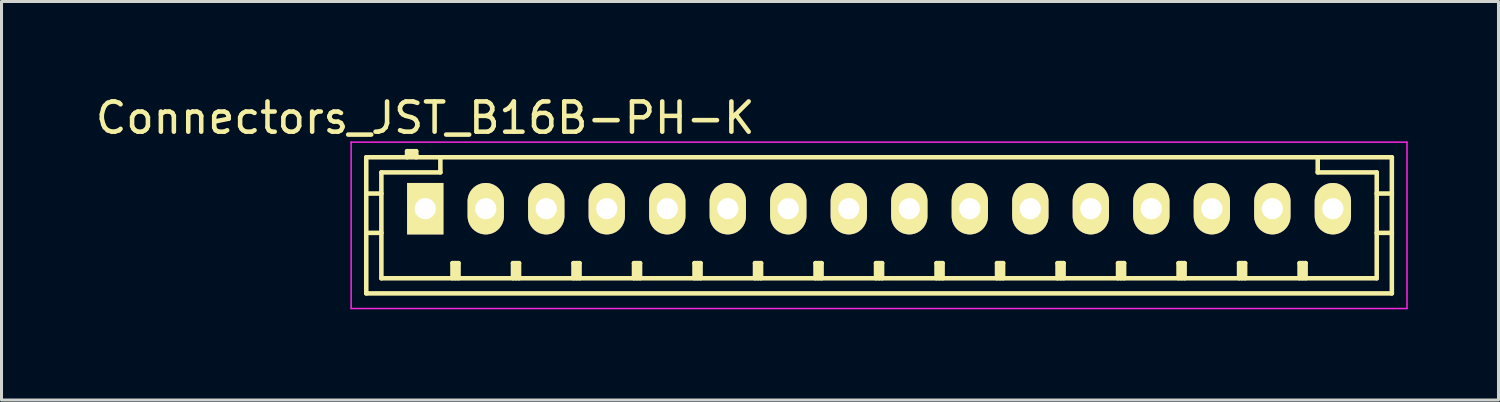
<source format=kicad_pcb>
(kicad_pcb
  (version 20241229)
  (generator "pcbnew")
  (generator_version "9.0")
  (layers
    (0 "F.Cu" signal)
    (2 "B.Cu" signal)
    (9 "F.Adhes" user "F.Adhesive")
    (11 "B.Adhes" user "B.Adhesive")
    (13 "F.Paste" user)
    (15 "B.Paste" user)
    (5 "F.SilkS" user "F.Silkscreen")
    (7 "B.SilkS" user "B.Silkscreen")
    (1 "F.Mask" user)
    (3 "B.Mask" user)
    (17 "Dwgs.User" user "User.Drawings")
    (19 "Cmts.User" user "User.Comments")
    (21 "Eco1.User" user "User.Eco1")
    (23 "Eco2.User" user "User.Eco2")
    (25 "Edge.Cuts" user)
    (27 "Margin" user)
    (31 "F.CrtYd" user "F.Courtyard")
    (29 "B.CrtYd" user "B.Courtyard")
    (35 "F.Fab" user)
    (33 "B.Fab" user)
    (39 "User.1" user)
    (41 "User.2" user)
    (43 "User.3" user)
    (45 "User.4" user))
  (footprint "Connectors_JST_B16B-PH-K"
    (layer "F.Cu")
    (at 11.006 3.848)
    (property "Reference" "Connectors_JST_B16B-PH-K" (at 0 -3 0) (layer "F.SilkS") (effects (font (size 1 1) (thickness 0.15))))
    (attr through_hole)
    (fp_line (start -1.95 -1.7) (end 31.95 -1.7) (stroke (width 0.15) (type solid)) (layer "F.SilkS"))
    (fp_line (start -1.95 -0.5) (end -1.45 -0.5) (stroke (width 0.15) (type solid)) (layer "F.SilkS"))
    (fp_line (start -1.95 0.8) (end -1.45 0.8) (stroke (width 0.15) (type solid)) (layer "F.SilkS"))
    (fp_line (start -1.95 2.8) (end -1.95 -1.7) (stroke (width 0.15) (type solid)) (layer "F.SilkS"))
    (fp_line (start -1.45 -1.2) (end -1.45 2.3) (stroke (width 0.15) (type solid)) (layer "F.SilkS"))
    (fp_line (start -1.45 2.3) (end 31.45 2.3) (stroke (width 0.15) (type solid)) (layer "F.SilkS"))
    (fp_line (start -0.6 -1.9) (end -0.6 -1.7) (stroke (width 0.15) (type solid)) (layer "F.SilkS"))
    (fp_line (start -0.3 -1.9) (end -0.6 -1.9) (stroke (width 0.15) (type solid)) (layer "F.SilkS"))
    (fp_line (start -0.3 -1.8) (end -0.6 -1.8) (stroke (width 0.15) (type solid)) (layer "F.SilkS"))
    (fp_line (start -0.3 -1.7) (end -0.3 -1.9) (stroke (width 0.15) (type solid)) (layer "F.SilkS"))
    (fp_line (start 0.5 -1.7) (end 0.5 -1.2) (stroke (width 0.15) (type solid)) (layer "F.SilkS"))
    (fp_line (start 0.5 -1.2) (end -1.45 -1.2) (stroke (width 0.15) (type solid)) (layer "F.SilkS"))
    (fp_line (start 0.9 1.8) (end 1.1 1.8) (stroke (width 0.15) (type solid)) (layer "F.SilkS"))
    (fp_line (start 0.9 2.3) (end 0.9 1.8) (stroke (width 0.15) (type solid)) (layer "F.SilkS"))
    (fp_line (start 1 2.3) (end 1 1.8) (stroke (width 0.15) (type solid)) (layer "F.SilkS"))
    (fp_line (start 1.1 1.8) (end 1.1 2.3) (stroke (width 0.15) (type solid)) (layer "F.SilkS"))
    (fp_line (start 2.9 1.8) (end 3.1 1.8) (stroke (width 0.15) (type solid)) (layer "F.SilkS"))
    (fp_line (start 2.9 2.3) (end 2.9 1.8) (stroke (width 0.15) (type solid)) (layer "F.SilkS"))
    (fp_line (start 3 2.3) (end 3 1.8) (stroke (width 0.15) (type solid)) (layer "F.SilkS"))
    (fp_line (start 3.1 1.8) (end 3.1 2.3) (stroke (width 0.15) (type solid)) (layer "F.SilkS"))
    (fp_line (start 4.9 1.8) (end 5.1 1.8) (stroke (width 0.15) (type solid)) (layer "F.SilkS"))
    (fp_line (start 4.9 2.3) (end 4.9 1.8) (stroke (width 0.15) (type solid)) (layer "F.SilkS"))
    (fp_line (start 5 2.3) (end 5 1.8) (stroke (width 0.15) (type solid)) (layer "F.SilkS"))
    (fp_line (start 5.1 1.8) (end 5.1 2.3) (stroke (width 0.15) (type solid)) (layer "F.SilkS"))
    (fp_line (start 6.9 1.8) (end 7.1 1.8) (stroke (width 0.15) (type solid)) (layer "F.SilkS"))
    (fp_line (start 6.9 2.3) (end 6.9 1.8) (stroke (width 0.15) (type solid)) (layer "F.SilkS"))
    (fp_line (start 7 2.3) (end 7 1.8) (stroke (width 0.15) (type solid)) (layer "F.SilkS"))
    (fp_line (start 7.1 1.8) (end 7.1 2.3) (stroke (width 0.15) (type solid)) (layer "F.SilkS"))
    (fp_line (start 8.9 1.8) (end 9.1 1.8) (stroke (width 0.15) (type solid)) (layer "F.SilkS"))
    (fp_line (start 8.9 2.3) (end 8.9 1.8) (stroke (width 0.15) (type solid)) (layer "F.SilkS"))
    (fp_line (start 9 2.3) (end 9 1.8) (stroke (width 0.15) (type solid)) (layer "F.SilkS"))
    (fp_line (start 9.1 1.8) (end 9.1 2.3) (stroke (width 0.15) (type solid)) (layer "F.SilkS"))
    (fp_line (start 10.9 1.8) (end 11.1 1.8) (stroke (width 0.15) (type solid)) (layer "F.SilkS"))
    (fp_line (start 10.9 2.3) (end 10.9 1.8) (stroke (width 0.15) (type solid)) (layer "F.SilkS"))
    (fp_line (start 11 2.3) (end 11 1.8) (stroke (width 0.15) (type solid)) (layer "F.SilkS"))
    (fp_line (start 11.1 1.8) (end 11.1 2.3) (stroke (width 0.15) (type solid)) (layer "F.SilkS"))
    (fp_line (start 12.9 1.8) (end 13.1 1.8) (stroke (width 0.15) (type solid)) (layer "F.SilkS"))
    (fp_line (start 12.9 2.3) (end 12.9 1.8) (stroke (width 0.15) (type solid)) (layer "F.SilkS"))
    (fp_line (start 13 2.3) (end 13 1.8) (stroke (width 0.15) (type solid)) (layer "F.SilkS"))
    (fp_line (start 13.1 1.8) (end 13.1 2.3) (stroke (width 0.15) (type solid)) (layer "F.SilkS"))
    (fp_line (start 14.9 1.8) (end 15.1 1.8) (stroke (width 0.15) (type solid)) (layer "F.SilkS"))
    (fp_line (start 14.9 2.3) (end 14.9 1.8) (stroke (width 0.15) (type solid)) (layer "F.SilkS"))
    (fp_line (start 15 2.3) (end 15 1.8) (stroke (width 0.15) (type solid)) (layer "F.SilkS"))
    (fp_line (start 15.1 1.8) (end 15.1 2.3) (stroke (width 0.15) (type solid)) (layer "F.SilkS"))
    (fp_line (start 16.9 1.8) (end 17.1 1.8) (stroke (width 0.15) (type solid)) (layer "F.SilkS"))
    (fp_line (start 16.9 2.3) (end 16.9 1.8) (stroke (width 0.15) (type solid)) (layer "F.SilkS"))
    (fp_line (start 17 2.3) (end 17 1.8) (stroke (width 0.15) (type solid)) (layer "F.SilkS"))
    (fp_line (start 17.1 1.8) (end 17.1 2.3) (stroke (width 0.15) (type solid)) (layer "F.SilkS"))
    (fp_line (start 18.9 1.8) (end 19.1 1.8) (stroke (width 0.15) (type solid)) (layer "F.SilkS"))
    (fp_line (start 18.9 2.3) (end 18.9 1.8) (stroke (width 0.15) (type solid)) (layer "F.SilkS"))
    (fp_line (start 19 2.3) (end 19 1.8) (stroke (width 0.15) (type solid)) (layer "F.SilkS"))
    (fp_line (start 19.1 1.8) (end 19.1 2.3) (stroke (width 0.15) (type solid)) (layer "F.SilkS"))
    (fp_line (start 20.9 1.8) (end 21.1 1.8) (stroke (width 0.15) (type solid)) (layer "F.SilkS"))
    (fp_line (start 20.9 2.3) (end 20.9 1.8) (stroke (width 0.15) (type solid)) (layer "F.SilkS"))
    (fp_line (start 21 2.3) (end 21 1.8) (stroke (width 0.15) (type solid)) (layer "F.SilkS"))
    (fp_line (start 21.1 1.8) (end 21.1 2.3) (stroke (width 0.15) (type solid)) (layer "F.SilkS"))
    (fp_line (start 22.9 1.8) (end 23.1 1.8) (stroke (width 0.15) (type solid)) (layer "F.SilkS"))
    (fp_line (start 22.9 2.3) (end 22.9 1.8) (stroke (width 0.15) (type solid)) (layer "F.SilkS"))
    (fp_line (start 23 2.3) (end 23 1.8) (stroke (width 0.15) (type solid)) (layer "F.SilkS"))
    (fp_line (start 23.1 1.8) (end 23.1 2.3) (stroke (width 0.15) (type solid)) (layer "F.SilkS"))
    (fp_line (start 24.9 1.8) (end 25.1 1.8) (stroke (width 0.15) (type solid)) (layer "F.SilkS"))
    (fp_line (start 24.9 2.3) (end 24.9 1.8) (stroke (width 0.15) (type solid)) (layer "F.SilkS"))
    (fp_line (start 25 2.3) (end 25 1.8) (stroke (width 0.15) (type solid)) (layer "F.SilkS"))
    (fp_line (start 25.1 1.8) (end 25.1 2.3) (stroke (width 0.15) (type solid)) (layer "F.SilkS"))
    (fp_line (start 26.9 1.8) (end 27.1 1.8) (stroke (width 0.15) (type solid)) (layer "F.SilkS"))
    (fp_line (start 26.9 2.3) (end 26.9 1.8) (stroke (width 0.15) (type solid)) (layer "F.SilkS"))
    (fp_line (start 27 2.3) (end 27 1.8) (stroke (width 0.15) (type solid)) (layer "F.SilkS"))
    (fp_line (start 27.1 1.8) (end 27.1 2.3) (stroke (width 0.15) (type solid)) (layer "F.SilkS"))
    (fp_line (start 28.9 1.8) (end 29.1 1.8) (stroke (width 0.15) (type solid)) (layer "F.SilkS"))
    (fp_line (start 28.9 2.3) (end 28.9 1.8) (stroke (width 0.15) (type solid)) (layer "F.SilkS"))
    (fp_line (start 29 2.3) (end 29 1.8) (stroke (width 0.15) (type solid)) (layer "F.SilkS"))
    (fp_line (start 29.1 1.8) (end 29.1 2.3) (stroke (width 0.15) (type solid)) (layer "F.SilkS"))
    (fp_line (start 29.5 -1.2) (end 29.5 -1.7) (stroke (width 0.15) (type solid)) (layer "F.SilkS"))
    (fp_line (start 31.45 -1.2) (end 29.5 -1.2) (stroke (width 0.15) (type solid)) (layer "F.SilkS"))
    (fp_line (start 31.45 -0.5) (end 31.95 -0.5) (stroke (width 0.15) (type solid)) (layer "F.SilkS"))
    (fp_line (start 31.45 0.8) (end 31.95 0.8) (stroke (width 0.15) (type solid)) (layer "F.SilkS"))
    (fp_line (start 31.45 2.3) (end 31.45 -1.2) (stroke (width 0.15) (type solid)) (layer "F.SilkS"))
    (fp_line (start 31.95 -1.7) (end 31.95 2.8) (stroke (width 0.15) (type solid)) (layer "F.SilkS"))
    (fp_line (start 31.95 2.8) (end -1.95 2.8) (stroke (width 0.15) (type solid)) (layer "F.SilkS"))
    (fp_line (start -2.45 -2.2) (end 32.45 -2.2) (stroke (width 0.05) (type solid)) (layer "F.CrtYd"))
    (fp_line (start -2.45 3.3) (end -2.45 -2.2) (stroke (width 0.05) (type solid)) (layer "F.CrtYd"))
    (fp_line (start 32.45 -2.2) (end 32.45 3.3) (stroke (width 0.05) (type solid)) (layer "F.CrtYd"))
    (fp_line (start 32.45 3.3) (end -2.45 3.3) (stroke (width 0.05) (type solid)) (layer "F.CrtYd"))
    (pad "1" thru_hole rect (at 0 0) (size 1.2 1.7) (drill 0.7) (layers "*.Cu" "*.Mask" "F.SilkS"))
    (pad "2" thru_hole oval (at 2 0) (size 1.2 1.7) (drill 0.7) (layers "*.Cu" "*.Mask" "F.SilkS"))
    (pad "3" thru_hole oval (at 4 0) (size 1.2 1.7) (drill 0.7) (layers "*.Cu" "*.Mask" "F.SilkS"))
    (pad "4" thru_hole oval (at 6 0) (size 1.2 1.7) (drill 0.7) (layers "*.Cu" "*.Mask" "F.SilkS"))
    (pad "5" thru_hole oval (at 8 0) (size 1.2 1.7) (drill 0.7) (layers "*.Cu" "*.Mask" "F.SilkS"))
    (pad "6" thru_hole oval (at 10 0) (size 1.2 1.7) (drill 0.7) (layers "*.Cu" "*.Mask" "F.SilkS"))
    (pad "7" thru_hole oval (at 12 0) (size 1.2 1.7) (drill 0.7) (layers "*.Cu" "*.Mask" "F.SilkS"))
    (pad "8" thru_hole oval (at 14 0) (size 1.2 1.7) (drill 0.7) (layers "*.Cu" "*.Mask" "F.SilkS"))
    (pad "9" thru_hole oval (at 16 0) (size 1.2 1.7) (drill 0.7) (layers "*.Cu" "*.Mask" "F.SilkS"))
    (pad "10" thru_hole oval (at 18 0) (size 1.2 1.7) (drill 0.7) (layers "*.Cu" "*.Mask" "F.SilkS"))
    (pad "11" thru_hole oval (at 20 0) (size 1.2 1.7) (drill 0.7) (layers "*.Cu" "*.Mask" "F.SilkS"))
    (pad "12" thru_hole oval (at 22 0) (size 1.2 1.7) (drill 0.7) (layers "*.Cu" "*.Mask" "F.SilkS"))
    (pad "13" thru_hole oval (at 24 0) (size 1.2 1.7) (drill 0.7) (layers "*.Cu" "*.Mask" "F.SilkS"))
    (pad "14" thru_hole oval (at 26 0) (size 1.2 1.7) (drill 0.7) (layers "*.Cu" "*.Mask" "F.SilkS"))
    (pad "15" thru_hole oval (at 28 0) (size 1.2 1.7) (drill 0.7) (layers "*.Cu" "*.Mask" "F.SilkS"))
    (pad "16" thru_hole oval (at 30 0) (size 1.2 1.7) (drill 0.7) (layers "*.Cu" "*.Mask" "F.SilkS")))
  (gr_rect
    (start -3 -3)
    (end 46.481 10.173)
    (stroke (width 0.1) (type default))
    (fill no)
    (layer "Edge.Cuts")))
</source>
